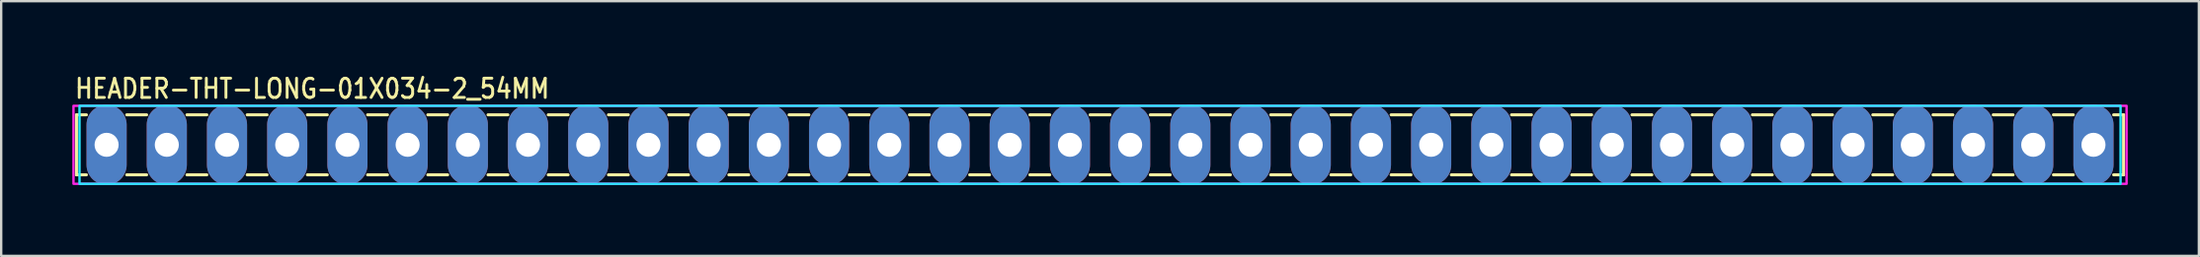
<source format=kicad_pcb>
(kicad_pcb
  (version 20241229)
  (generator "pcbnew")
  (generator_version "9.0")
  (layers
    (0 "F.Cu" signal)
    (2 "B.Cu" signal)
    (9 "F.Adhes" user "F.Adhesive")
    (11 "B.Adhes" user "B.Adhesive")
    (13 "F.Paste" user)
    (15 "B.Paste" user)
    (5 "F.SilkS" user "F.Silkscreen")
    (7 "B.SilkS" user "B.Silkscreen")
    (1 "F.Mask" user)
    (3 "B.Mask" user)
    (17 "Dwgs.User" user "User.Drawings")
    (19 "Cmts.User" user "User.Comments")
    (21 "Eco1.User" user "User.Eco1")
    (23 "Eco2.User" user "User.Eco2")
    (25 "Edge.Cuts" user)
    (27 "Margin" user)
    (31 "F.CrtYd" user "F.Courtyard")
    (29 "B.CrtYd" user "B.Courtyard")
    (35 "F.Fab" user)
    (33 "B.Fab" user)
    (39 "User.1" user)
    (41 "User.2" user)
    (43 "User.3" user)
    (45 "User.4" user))
  (footprint "HEADER-THT-LONG-01X034-2_54MM"
    (layer "F.Cu")
    (at 1.447 3.079)
    (property "Reference" "HEADER-THT-LONG-01X034-2_54MM" (at -1.4 -1.9 0) (unlocked yes) (layer "F.SilkS") (effects (font (size 0.813 0.695) (thickness 0.122)) (justify left bottom)))
    (fp_line (start -1.27 -1.27) (end -1.27 1.27) (stroke (width 0.127) (type solid)) (layer "F.SilkS"))
    (fp_line (start -1.27 1.27) (end -0.85 1.27) (stroke (width 0.127) (type solid)) (layer "F.SilkS"))
    (fp_line (start -0.85 -1.27) (end -1.27 -1.27) (stroke (width 0.127) (type solid)) (layer "F.SilkS"))
    (fp_line (start 0.85 -1.27) (end 1.69 -1.27) (stroke (width 0.127) (type solid)) (layer "F.SilkS"))
    (fp_line (start 0.85 1.27) (end 1.69 1.27) (stroke (width 0.127) (type solid)) (layer "F.SilkS"))
    (fp_line (start 3.39 -1.27) (end 4.23 -1.27) (stroke (width 0.127) (type solid)) (layer "F.SilkS"))
    (fp_line (start 3.39 1.27) (end 4.23 1.27) (stroke (width 0.127) (type solid)) (layer "F.SilkS"))
    (fp_line (start 5.93 -1.27) (end 6.77 -1.27) (stroke (width 0.127) (type solid)) (layer "F.SilkS"))
    (fp_line (start 5.93 1.27) (end 6.77 1.27) (stroke (width 0.127) (type solid)) (layer "F.SilkS"))
    (fp_line (start 8.47 -1.27) (end 9.31 -1.27) (stroke (width 0.127) (type solid)) (layer "F.SilkS"))
    (fp_line (start 8.47 1.27) (end 9.31 1.27) (stroke (width 0.127) (type solid)) (layer "F.SilkS"))
    (fp_line (start 11.01 -1.27) (end 11.85 -1.27) (stroke (width 0.127) (type solid)) (layer "F.SilkS"))
    (fp_line (start 11.01 1.27) (end 11.85 1.27) (stroke (width 0.127) (type solid)) (layer "F.SilkS"))
    (fp_line (start 13.55 -1.27) (end 14.39 -1.27) (stroke (width 0.127) (type solid)) (layer "F.SilkS"))
    (fp_line (start 13.55 1.27) (end 14.39 1.27) (stroke (width 0.127) (type solid)) (layer "F.SilkS"))
    (fp_line (start 16.09 -1.27) (end 16.93 -1.27) (stroke (width 0.127) (type solid)) (layer "F.SilkS"))
    (fp_line (start 16.09 1.27) (end 16.93 1.27) (stroke (width 0.127) (type solid)) (layer "F.SilkS"))
    (fp_line (start 18.63 -1.27) (end 19.47 -1.27) (stroke (width 0.127) (type solid)) (layer "F.SilkS"))
    (fp_line (start 18.63 1.27) (end 19.47 1.27) (stroke (width 0.127) (type solid)) (layer "F.SilkS"))
    (fp_line (start 21.17 -1.27) (end 22.01 -1.27) (stroke (width 0.127) (type solid)) (layer "F.SilkS"))
    (fp_line (start 21.17 1.27) (end 22.01 1.27) (stroke (width 0.127) (type solid)) (layer "F.SilkS"))
    (fp_line (start 23.71 -1.27) (end 24.55 -1.27) (stroke (width 0.127) (type solid)) (layer "F.SilkS"))
    (fp_line (start 23.71 1.27) (end 24.55 1.27) (stroke (width 0.127) (type solid)) (layer "F.SilkS"))
    (fp_line (start 26.25 -1.27) (end 27.09 -1.27) (stroke (width 0.127) (type solid)) (layer "F.SilkS"))
    (fp_line (start 26.25 1.27) (end 27.09 1.27) (stroke (width 0.127) (type solid)) (layer "F.SilkS"))
    (fp_line (start 28.79 -1.27) (end 29.63 -1.27) (stroke (width 0.127) (type solid)) (layer "F.SilkS"))
    (fp_line (start 28.79 1.27) (end 29.63 1.27) (stroke (width 0.127) (type solid)) (layer "F.SilkS"))
    (fp_line (start 31.33 -1.27) (end 32.17 -1.27) (stroke (width 0.127) (type solid)) (layer "F.SilkS"))
    (fp_line (start 31.33 1.27) (end 32.17 1.27) (stroke (width 0.127) (type solid)) (layer "F.SilkS"))
    (fp_line (start 33.87 -1.27) (end 34.71 -1.27) (stroke (width 0.127) (type solid)) (layer "F.SilkS"))
    (fp_line (start 33.87 1.27) (end 34.71 1.27) (stroke (width 0.127) (type solid)) (layer "F.SilkS"))
    (fp_line (start 36.41 -1.27) (end 37.25 -1.27) (stroke (width 0.127) (type solid)) (layer "F.SilkS"))
    (fp_line (start 36.41 1.27) (end 37.25 1.27) (stroke (width 0.127) (type solid)) (layer "F.SilkS"))
    (fp_line (start 38.95 -1.27) (end 39.79 -1.27) (stroke (width 0.127) (type solid)) (layer "F.SilkS"))
    (fp_line (start 38.95 1.27) (end 39.79 1.27) (stroke (width 0.127) (type solid)) (layer "F.SilkS"))
    (fp_line (start 41.49 -1.27) (end 42.33 -1.27) (stroke (width 0.127) (type solid)) (layer "F.SilkS"))
    (fp_line (start 41.49 1.27) (end 42.33 1.27) (stroke (width 0.127) (type solid)) (layer "F.SilkS"))
    (fp_line (start 44.03 -1.27) (end 44.87 -1.27) (stroke (width 0.127) (type solid)) (layer "F.SilkS"))
    (fp_line (start 44.03 1.27) (end 44.87 1.27) (stroke (width 0.127) (type solid)) (layer "F.SilkS"))
    (fp_line (start 46.57 -1.27) (end 47.41 -1.27) (stroke (width 0.127) (type solid)) (layer "F.SilkS"))
    (fp_line (start 46.57 1.27) (end 47.41 1.27) (stroke (width 0.127) (type solid)) (layer "F.SilkS"))
    (fp_line (start 49.11 -1.27) (end 49.95 -1.27) (stroke (width 0.127) (type solid)) (layer "F.SilkS"))
    (fp_line (start 49.11 1.27) (end 49.95 1.27) (stroke (width 0.127) (type solid)) (layer "F.SilkS"))
    (fp_line (start 51.65 -1.27) (end 52.49 -1.27) (stroke (width 0.127) (type solid)) (layer "F.SilkS"))
    (fp_line (start 51.65 1.27) (end 52.49 1.27) (stroke (width 0.127) (type solid)) (layer "F.SilkS"))
    (fp_line (start 54.19 -1.27) (end 55.03 -1.27) (stroke (width 0.127) (type solid)) (layer "F.SilkS"))
    (fp_line (start 54.19 1.27) (end 55.03 1.27) (stroke (width 0.127) (type solid)) (layer "F.SilkS"))
    (fp_line (start 56.73 -1.27) (end 57.57 -1.27) (stroke (width 0.127) (type solid)) (layer "F.SilkS"))
    (fp_line (start 56.73 1.27) (end 57.57 1.27) (stroke (width 0.127) (type solid)) (layer "F.SilkS"))
    (fp_line (start 59.27 -1.27) (end 60.11 -1.27) (stroke (width 0.127) (type solid)) (layer "F.SilkS"))
    (fp_line (start 59.27 1.27) (end 60.11 1.27) (stroke (width 0.127) (type solid)) (layer "F.SilkS"))
    (fp_line (start 61.81 -1.27) (end 62.65 -1.27) (stroke (width 0.127) (type solid)) (layer "F.SilkS"))
    (fp_line (start 61.81 1.27) (end 62.65 1.27) (stroke (width 0.127) (type solid)) (layer "F.SilkS"))
    (fp_line (start 64.35 -1.27) (end 65.19 -1.27) (stroke (width 0.127) (type solid)) (layer "F.SilkS"))
    (fp_line (start 64.35 1.27) (end 65.19 1.27) (stroke (width 0.127) (type solid)) (layer "F.SilkS"))
    (fp_line (start 66.89 -1.27) (end 67.73 -1.27) (stroke (width 0.127) (type solid)) (layer "F.SilkS"))
    (fp_line (start 66.89 1.27) (end 67.73 1.27) (stroke (width 0.127) (type solid)) (layer "F.SilkS"))
    (fp_line (start 69.43 -1.27) (end 70.27 -1.27) (stroke (width 0.127) (type solid)) (layer "F.SilkS"))
    (fp_line (start 69.43 1.27) (end 70.27 1.27) (stroke (width 0.127) (type solid)) (layer "F.SilkS"))
    (fp_line (start 71.97 -1.27) (end 72.81 -1.27) (stroke (width 0.127) (type solid)) (layer "F.SilkS"))
    (fp_line (start 71.97 1.27) (end 72.81 1.27) (stroke (width 0.127) (type solid)) (layer "F.SilkS"))
    (fp_line (start 74.51 -1.27) (end 75.35 -1.27) (stroke (width 0.127) (type solid)) (layer "F.SilkS"))
    (fp_line (start 74.51 1.27) (end 75.35 1.27) (stroke (width 0.127) (type solid)) (layer "F.SilkS"))
    (fp_line (start 77.05 -1.27) (end 77.89 -1.27) (stroke (width 0.127) (type solid)) (layer "F.SilkS"))
    (fp_line (start 77.05 1.27) (end 77.89 1.27) (stroke (width 0.127) (type solid)) (layer "F.SilkS"))
    (fp_line (start 79.59 -1.27) (end 80.43 -1.27) (stroke (width 0.127) (type solid)) (layer "F.SilkS"))
    (fp_line (start 79.59 1.27) (end 80.43 1.27) (stroke (width 0.127) (type solid)) (layer "F.SilkS"))
    (fp_line (start 82.13 -1.27) (end 82.97 -1.27) (stroke (width 0.127) (type solid)) (layer "F.SilkS"))
    (fp_line (start 82.13 1.27) (end 82.97 1.27) (stroke (width 0.127) (type solid)) (layer "F.SilkS"))
    (fp_line (start 84.67 -1.27) (end 85.09 -1.27) (stroke (width 0.127) (type solid)) (layer "F.SilkS"))
    (fp_line (start 85.09 -1.27) (end 85.09 1.27) (stroke (width 0.127) (type solid)) (layer "F.SilkS"))
    (fp_line (start 85.09 1.27) (end 84.67 1.27) (stroke (width 0.127) (type solid)) (layer "F.SilkS"))
    (fp_poly (pts (xy -1.143 -1.651) (xy 84.963 -1.651) (xy 84.963 1.651) (xy -1.143 1.651)) (stroke (width 0.1) (type solid)) (fill no) (layer "B.CrtYd"))
    (fp_poly (pts (xy -1.397 -1.651) (xy 85.217 -1.651) (xy 85.217 1.651) (xy -1.397 1.651)) (stroke (width 0.1) (type solid)) (fill no) (layer "F.CrtYd"))
    (pad "P$1" thru_hole oval (at 0 0 90) (size 3.387 1.693) (drill 1.016) (layers "*.Cu" "*.Mask"))
    (pad "P$2" thru_hole oval (at 2.54 0 90) (size 3.387 1.693) (drill 1.016) (layers "*.Cu" "*.Mask"))
    (pad "P$3" thru_hole oval (at 5.08 0 90) (size 3.387 1.693) (drill 1.016) (layers "*.Cu" "*.Mask"))
    (pad "P$4" thru_hole oval (at 7.62 0 90) (size 3.387 1.693) (drill 1.016) (layers "*.Cu" "*.Mask"))
    (pad "P$5" thru_hole oval (at 10.16 0 90) (size 3.387 1.693) (drill 1.016) (layers "*.Cu" "*.Mask"))
    (pad "P$6" thru_hole oval (at 12.7 0 90) (size 3.387 1.693) (drill 1.016) (layers "*.Cu" "*.Mask"))
    (pad "P$7" thru_hole oval (at 15.24 0 90) (size 3.387 1.693) (drill 1.016) (layers "*.Cu" "*.Mask"))
    (pad "P$8" thru_hole oval (at 17.78 0 90) (size 3.387 1.693) (drill 1.016) (layers "*.Cu" "*.Mask"))
    (pad "P$9" thru_hole oval (at 20.32 0 90) (size 3.387 1.693) (drill 1.016) (layers "*.Cu" "*.Mask"))
    (pad "P$10" thru_hole oval (at 22.86 0 90) (size 3.387 1.693) (drill 1.016) (layers "*.Cu" "*.Mask"))
    (pad "P$11" thru_hole oval (at 25.4 0 90) (size 3.387 1.693) (drill 1.016) (layers "*.Cu" "*.Mask"))
    (pad "P$12" thru_hole oval (at 27.94 0 90) (size 3.387 1.693) (drill 1.016) (layers "*.Cu" "*.Mask"))
    (pad "P$13" thru_hole oval (at 30.48 0 90) (size 3.387 1.693) (drill 1.016) (layers "*.Cu" "*.Mask"))
    (pad "P$14" thru_hole oval (at 33.02 0 90) (size 3.387 1.693) (drill 1.016) (layers "*.Cu" "*.Mask"))
    (pad "P$15" thru_hole oval (at 35.56 0 90) (size 3.387 1.693) (drill 1.016) (layers "*.Cu" "*.Mask"))
    (pad "P$16" thru_hole oval (at 38.1 0 90) (size 3.387 1.693) (drill 1.016) (layers "*.Cu" "*.Mask"))
    (pad "P$17" thru_hole oval (at 40.64 0 90) (size 3.387 1.693) (drill 1.016) (layers "*.Cu" "*.Mask"))
    (pad "P$18" thru_hole oval (at 43.18 0 90) (size 3.387 1.693) (drill 1.016) (layers "*.Cu" "*.Mask"))
    (pad "P$19" thru_hole oval (at 45.72 0 90) (size 3.387 1.693) (drill 1.016) (layers "*.Cu" "*.Mask"))
    (pad "P$20" thru_hole oval (at 48.26 0 90) (size 3.387 1.693) (drill 1.016) (layers "*.Cu" "*.Mask"))
    (pad "P$21" thru_hole oval (at 50.8 0 90) (size 3.387 1.693) (drill 1.016) (layers "*.Cu" "*.Mask"))
    (pad "P$22" thru_hole oval (at 53.34 0 90) (size 3.387 1.693) (drill 1.016) (layers "*.Cu" "*.Mask"))
    (pad "P$23" thru_hole oval (at 55.88 0 90) (size 3.387 1.693) (drill 1.016) (layers "*.Cu" "*.Mask"))
    (pad "P$24" thru_hole oval (at 58.42 0 90) (size 3.387 1.693) (drill 1.016) (layers "*.Cu" "*.Mask"))
    (pad "P$25" thru_hole oval (at 60.96 0 90) (size 3.387 1.693) (drill 1.016) (layers "*.Cu" "*.Mask"))
    (pad "P$26" thru_hole oval (at 63.5 0 90) (size 3.387 1.693) (drill 1.016) (layers "*.Cu" "*.Mask"))
    (pad "P$27" thru_hole oval (at 66.04 0 90) (size 3.387 1.693) (drill 1.016) (layers "*.Cu" "*.Mask"))
    (pad "P$28" thru_hole oval (at 68.58 0 90) (size 3.387 1.693) (drill 1.016) (layers "*.Cu" "*.Mask"))
    (pad "P$29" thru_hole oval (at 71.12 0 90) (size 3.387 1.693) (drill 1.016) (layers "*.Cu" "*.Mask"))
    (pad "P$30" thru_hole oval (at 73.66 0 90) (size 3.387 1.693) (drill 1.016) (layers "*.Cu" "*.Mask"))
    (pad "P$31" thru_hole oval (at 76.2 0 90) (size 3.387 1.693) (drill 1.016) (layers "*.Cu" "*.Mask"))
    (pad "P$32" thru_hole oval (at 78.74 0 90) (size 3.387 1.693) (drill 1.016) (layers "*.Cu" "*.Mask"))
    (pad "P$33" thru_hole oval (at 81.28 0 90) (size 3.387 1.693) (drill 1.016) (layers "*.Cu" "*.Mask"))
    (pad "P$34" thru_hole oval (at 83.82 0 90) (size 3.387 1.693) (drill 1.016) (layers "*.Cu" "*.Mask")))
  (gr_rect
    (start -3 -3)
    (end 89.714 7.78)
    (stroke (width 0.1) (type default))
    (fill no)
    (layer "Edge.Cuts")))
</source>
